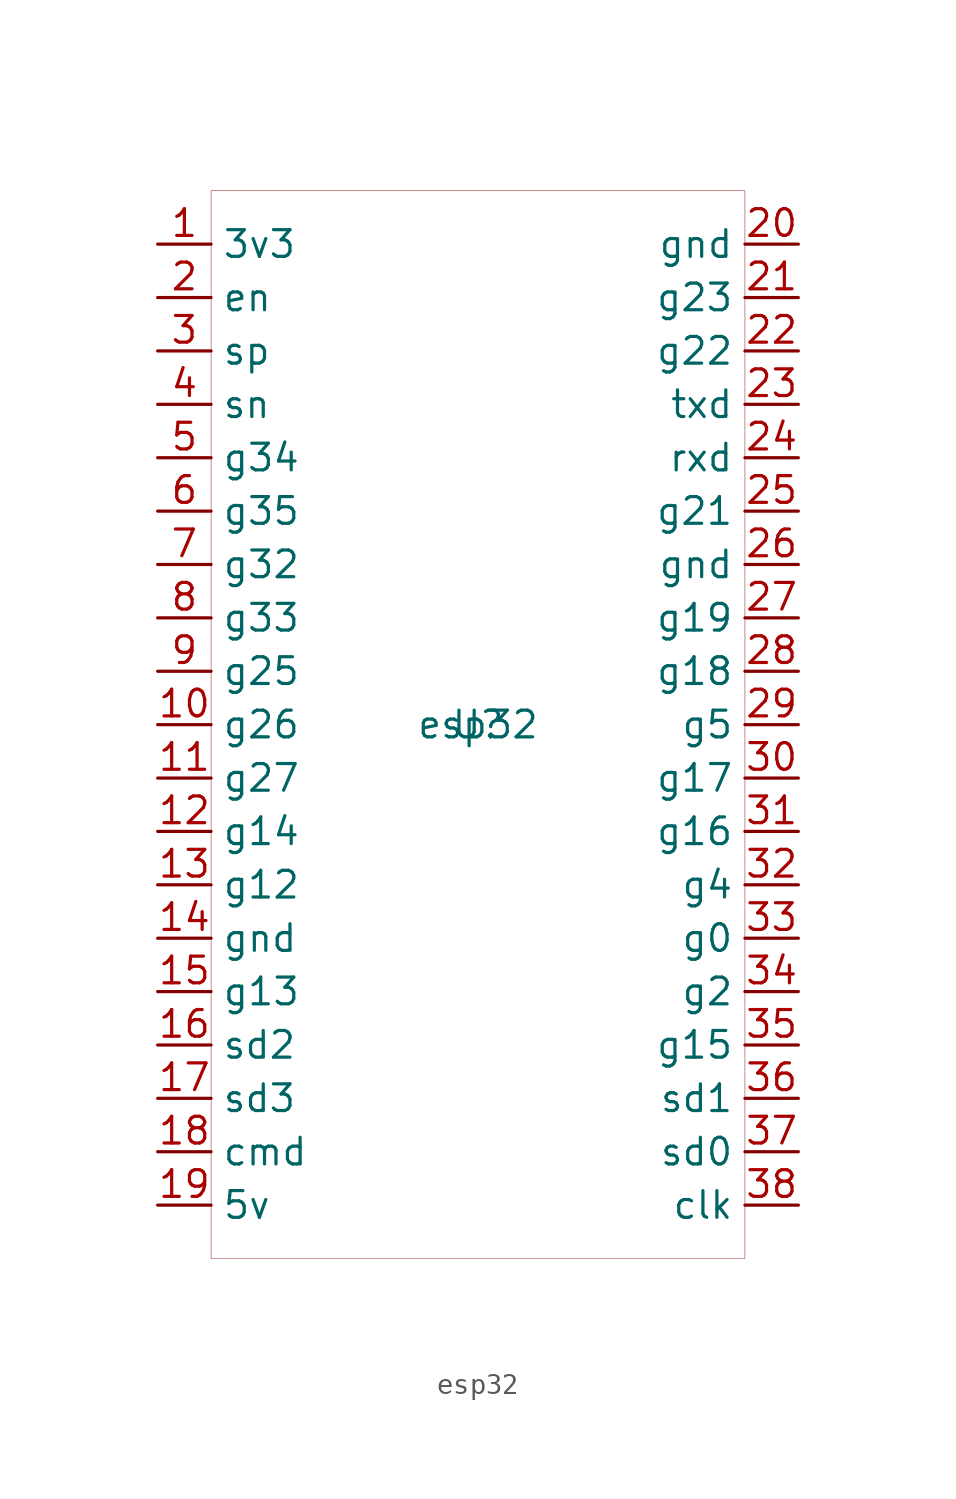
<source format=kicad_sym>
(kicad_symbol_lib
  (version 20201005)
  (generator kicad_symbol_editor)
  (symbol "esp32:esp32"
    (property "Reference" "U"
      (at 0 0 0)
      (effects (font (size 1.27 1.27))))
    (property "Value" "esp32"
      (at 0 0 0)
      (effects (font (size 1.27 1.27))))
    (symbol "esp32_0_1"
      (rectangle (start -12.7 25.4) (end 12.7 -25.4) (stroke (width 0.001)) (fill (type none))))
    (symbol "esp32_1_1"
      (pin input line (at -15.24 0 0) (length 2.54) (name "g26" (effects (font (size 1.27 1.27)))) (number "10" (effects (font (size 1.27 1.27)))))
      (pin input line (at -15.24 2.54 0) (length 2.54) (name "g25" (effects (font (size 1.27 1.27)))) (number "9" (effects (font (size 1.27 1.27)))))
      (pin input line (at -15.24 5.08 0) (length 2.54) (name "g33" (effects (font (size 1.27 1.27)))) (number "8" (effects (font (size 1.27 1.27)))))
      (pin input line (at -15.24 7.62 0) (length 2.54) (name "g32" (effects (font (size 1.27 1.27)))) (number "7" (effects (font (size 1.27 1.27)))))
      (pin input line (at -15.24 10.16 0) (length 2.54) (name "g35" (effects (font (size 1.27 1.27)))) (number "6" (effects (font (size 1.27 1.27)))))
      (pin input line (at -15.24 12.7 0) (length 2.54) (name "g34" (effects (font (size 1.27 1.27)))) (number "5" (effects (font (size 1.27 1.27)))))
      (pin input line (at -15.24 15.24 0) (length 2.54) (name "sn" (effects (font (size 1.27 1.27)))) (number "4" (effects (font (size 1.27 1.27)))))
      (pin input line (at -15.24 17.78 0) (length 2.54) (name "sp" (effects (font (size 1.27 1.27)))) (number "3" (effects (font (size 1.27 1.27)))))
      (pin input line (at -15.24 20.32 0) (length 2.54) (name "en" (effects (font (size 1.27 1.27)))) (number "2" (effects (font (size 1.27 1.27)))))
      (pin input line (at -15.24 22.86 0) (length 2.54) (name "3v3" (effects (font (size 1.27 1.27)))) (number "1" (effects (font (size 1.27 1.27)))))
      (pin input line (at -15.24 -2.54 0) (length 2.54) (name "g27" (effects (font (size 1.27 1.27)))) (number "11" (effects (font (size 1.27 1.27)))))
      (pin input line (at -15.24 -5.08 0) (length 2.54) (name "g14" (effects (font (size 1.27 1.27)))) (number "12" (effects (font (size 1.27 1.27)))))
      (pin input line (at -15.24 -7.62 0) (length 2.54) (name "g12" (effects (font (size 1.27 1.27)))) (number "13" (effects (font (size 1.27 1.27)))))
      (pin input line (at -15.24 -10.16 0) (length 2.54) (name "gnd" (effects (font (size 1.27 1.27)))) (number "14" (effects (font (size 1.27 1.27)))))
      (pin input line (at -15.24 -12.7 0) (length 2.54) (name "g13" (effects (font (size 1.27 1.27)))) (number "15" (effects (font (size 1.27 1.27)))))
      (pin input line (at -15.24 -15.24 0) (length 2.54) (name "sd2" (effects (font (size 1.27 1.27)))) (number "16" (effects (font (size 1.27 1.27)))))
      (pin input line (at -15.24 -17.78 0) (length 2.54) (name "sd3" (effects (font (size 1.27 1.27)))) (number "17" (effects (font (size 1.27 1.27)))))
      (pin input line (at -15.24 -20.32 0) (length 2.54) (name "cmd" (effects (font (size 1.27 1.27)))) (number "18" (effects (font (size 1.27 1.27)))))
      (pin input line (at -15.24 -22.86 0) (length 2.54) (name "5v" (effects (font (size 1.27 1.27)))) (number "19" (effects (font (size 1.27 1.27)))))
      (pin input line (at 15.24 22.86 180) (length 2.54) (name "gnd" (effects (font (size 1.27 1.27)))) (number "20" (effects (font (size 1.27 1.27)))))
      (pin input line (at 15.24 20.32 180) (length 2.54) (name "g23" (effects (font (size 1.27 1.27)))) (number "21" (effects (font (size 1.27 1.27)))))
      (pin input line (at 15.24 17.78 180) (length 2.54) (name "g22" (effects (font (size 1.27 1.27)))) (number "22" (effects (font (size 1.27 1.27)))))
      (pin input line (at 15.24 15.24 180) (length 2.54) (name "txd" (effects (font (size 1.27 1.27)))) (number "23" (effects (font (size 1.27 1.27)))))
      (pin input line (at 15.24 12.7 180) (length 2.54) (name "rxd" (effects (font (size 1.27 1.27)))) (number "24" (effects (font (size 1.27 1.27)))))
      (pin input line (at 15.24 10.16 180) (length 2.54) (name "g21" (effects (font (size 1.27 1.27)))) (number "25" (effects (font (size 1.27 1.27)))))
      (pin input line (at 15.24 7.62 180) (length 2.54) (name "gnd" (effects (font (size 1.27 1.27)))) (number "26" (effects (font (size 1.27 1.27)))))
      (pin input line (at 15.24 5.08 180) (length 2.54) (name "g19" (effects (font (size 1.27 1.27)))) (number "27" (effects (font (size 1.27 1.27)))))
      (pin input line (at 15.24 2.54 180) (length 2.54) (name "g18" (effects (font (size 1.27 1.27)))) (number "28" (effects (font (size 1.27 1.27)))))
      (pin input line (at 15.24 0 180) (length 2.54) (name "g5" (effects (font (size 1.27 1.27)))) (number "29" (effects (font (size 1.27 1.27)))))
      (pin input line (at 15.24 -2.54 180) (length 2.54) (name "g17" (effects (font (size 1.27 1.27)))) (number "30" (effects (font (size 1.27 1.27)))))
      (pin input line (at 15.24 -5.08 180) (length 2.54) (name "g16" (effects (font (size 1.27 1.27)))) (number "31" (effects (font (size 1.27 1.27)))))
      (pin input line (at 15.24 -7.62 180) (length 2.54) (name "g4" (effects (font (size 1.27 1.27)))) (number "32" (effects (font (size 1.27 1.27)))))
      (pin input line (at 15.24 -10.16 180) (length 2.54) (name "g0" (effects (font (size 1.27 1.27)))) (number "33" (effects (font (size 1.27 1.27)))))
      (pin input line (at 15.24 -12.7 180) (length 2.54) (name "g2" (effects (font (size 1.27 1.27)))) (number "34" (effects (font (size 1.27 1.27)))))
      (pin input line (at 15.24 -15.24 180) (length 2.54) (name "g15" (effects (font (size 1.27 1.27)))) (number "35" (effects (font (size 1.27 1.27)))))
      (pin input line (at 15.24 -17.78 180) (length 2.54) (name "sd1" (effects (font (size 1.27 1.27)))) (number "36" (effects (font (size 1.27 1.27)))))
      (pin input line (at 15.24 -20.32 180) (length 2.54) (name "sd0" (effects (font (size 1.27 1.27)))) (number "37" (effects (font (size 1.27 1.27)))))
      (pin input line (at 15.24 -22.86 180) (length 2.54) (name "clk" (effects (font (size 1.27 1.27)))) (number "38" (effects (font (size 1.27 1.27))))))))
</source>
